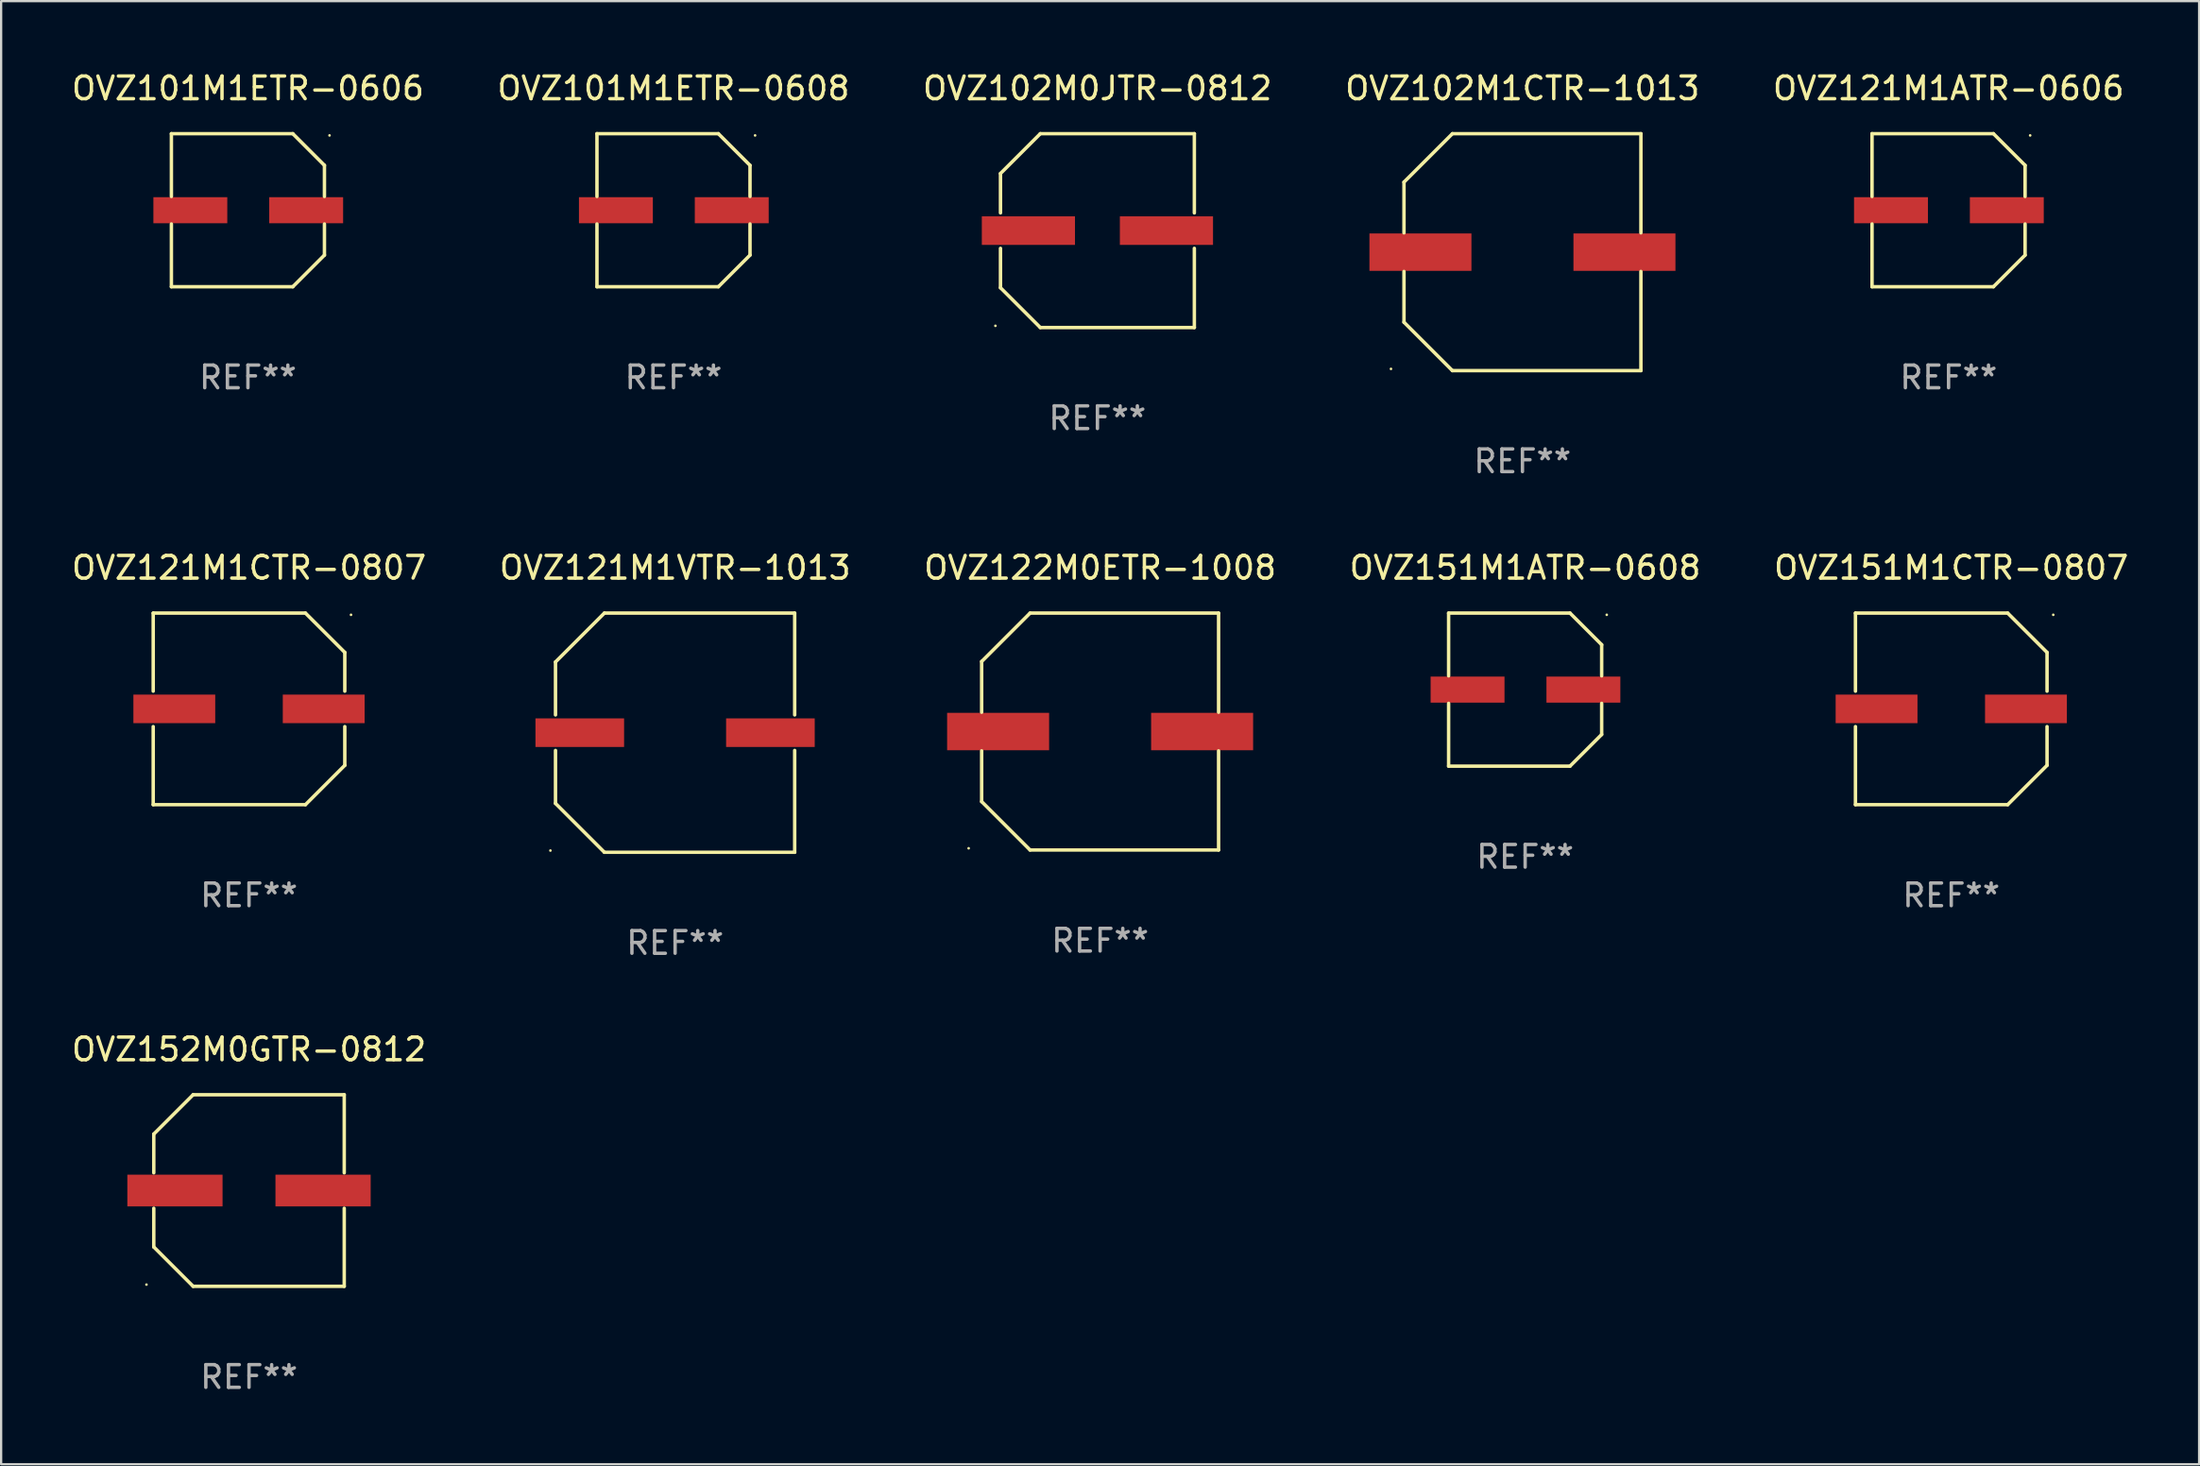
<source format=kicad_pcb>
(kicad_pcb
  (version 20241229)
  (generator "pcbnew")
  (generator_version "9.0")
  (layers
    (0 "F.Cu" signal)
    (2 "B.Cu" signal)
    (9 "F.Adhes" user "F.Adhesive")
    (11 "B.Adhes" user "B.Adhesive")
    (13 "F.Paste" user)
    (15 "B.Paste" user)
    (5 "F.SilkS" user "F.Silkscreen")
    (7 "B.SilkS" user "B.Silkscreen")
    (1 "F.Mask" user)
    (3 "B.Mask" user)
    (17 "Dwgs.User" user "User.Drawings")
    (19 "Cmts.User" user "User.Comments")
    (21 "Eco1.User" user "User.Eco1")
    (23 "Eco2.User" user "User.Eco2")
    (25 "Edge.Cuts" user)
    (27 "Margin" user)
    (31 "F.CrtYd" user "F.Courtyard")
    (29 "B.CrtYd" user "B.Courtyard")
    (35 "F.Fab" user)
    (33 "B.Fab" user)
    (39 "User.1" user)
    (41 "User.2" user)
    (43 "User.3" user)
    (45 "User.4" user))
  (footprint "OVZ122M0ETR-1008"
    (layer "F.Cu")
    (at 45.482 29.223)
    (property "Reference" "OVZ122M0ETR-1008" (at 0 -7.226 0) (layer "F.SilkS") (effects (font (size 1 1) (thickness 0.15))))
    (attr through_hole)
    (fp_line (start -5.226 -3.09) (end -5.226 -0.852) (stroke (width 0.152) (type solid)) (layer "F.SilkS"))
    (fp_line (start -5.226 3.09) (end -5.226 0.852) (stroke (width 0.152) (type solid)) (layer "F.SilkS"))
    (fp_line (start -3.09 -5.226) (end -5.226 -3.09) (stroke (width 0.152) (type solid)) (layer "F.SilkS"))
    (fp_line (start -3.09 5.226) (end -5.226 3.09) (stroke (width 0.152) (type solid)) (layer "F.SilkS"))
    (fp_line (start 5.226 -5.226) (end -3.09 -5.226) (stroke (width 0.152) (type solid)) (layer "F.SilkS"))
    (fp_line (start 5.226 -0.852) (end 5.226 -5.226) (stroke (width 0.152) (type solid)) (layer "F.SilkS"))
    (fp_line (start 5.226 0.852) (end 5.226 5.226) (stroke (width 0.152) (type solid)) (layer "F.SilkS"))
    (fp_line (start 5.226 5.226) (end -3.09 5.226) (stroke (width 0.152) (type solid)) (layer "F.SilkS"))
    (fp_circle (center -5.8 5.15) (end -5.77 5.15) (stroke (width 0.06) (type solid)) (fill no) (layer "F.SilkS"))
    (fp_text user "REF**" (at 0 9.226 0) (layer "F.Fab") (effects (font (size 1 1) (thickness 0.15))))
    (pad "1" smd rect (at -4.5 0) (size 4.5 1.65) (layers "F.Cu" "F.Mask" "F.Paste"))
    (pad "2" smd rect (at 4.5 0) (size 4.5 1.65) (layers "F.Cu" "F.Mask" "F.Paste")))
  (footprint "OVZ101M1ETR-0608"
    (layer "F.Cu")
    (at 26.661 6.224)
    (property "Reference" "OVZ101M1ETR-0608" (at 0 -5.376 0) (layer "F.SilkS") (effects (font (size 1 1) (thickness 0.15))))
    (attr through_hole)
    (fp_line (start -3.376 -3.376) (end 1.98 -3.376) (stroke (width 0.152) (type solid)) (layer "F.SilkS"))
    (fp_line (start -3.376 -0.607) (end -3.376 -3.376) (stroke (width 0.152) (type solid)) (layer "F.SilkS"))
    (fp_line (start -3.376 0.607) (end -3.376 3.376) (stroke (width 0.152) (type solid)) (layer "F.SilkS"))
    (fp_line (start -3.376 3.376) (end 1.98 3.376) (stroke (width 0.152) (type solid)) (layer "F.SilkS"))
    (fp_line (start 1.98 -3.376) (end 3.376 -1.98) (stroke (width 0.152) (type solid)) (layer "F.SilkS"))
    (fp_line (start 1.98 3.376) (end 3.376 1.98) (stroke (width 0.152) (type solid)) (layer "F.SilkS"))
    (fp_line (start 3.376 -1.98) (end 3.376 -0.607) (stroke (width 0.152) (type solid)) (layer "F.SilkS"))
    (fp_line (start 3.376 1.98) (end 3.376 0.607) (stroke (width 0.152) (type solid)) (layer "F.SilkS"))
    (fp_circle (center 3.6 -3.3) (end 3.63 -3.3) (stroke (width 0.06) (type solid)) (fill no) (layer "F.SilkS"))
    (fp_text user "REF**" (at 0 7.376 0) (layer "F.Fab") (effects (font (size 1 1) (thickness 0.15))))
    (pad "1" smd rect (at 2.57 0 180) (size 3.26 1.15) (layers "F.Cu" "F.Mask" "F.Paste"))
    (pad "2" smd rect (at -2.54 0 180) (size 3.26 1.15) (layers "F.Cu" "F.Mask" "F.Paste")))
  (footprint "OVZ151M1CTR-0807"
    (layer "F.Cu")
    (at 83.03 28.223)
    (property "Reference" "OVZ151M1CTR-0807" (at 0 -6.226 0) (layer "F.SilkS") (effects (font (size 1 1) (thickness 0.15))))
    (attr through_hole)
    (fp_line (start -4.226 -4.226) (end 2.49 -4.226) (stroke (width 0.152) (type solid)) (layer "F.SilkS"))
    (fp_line (start -4.226 -0.782) (end -4.226 -4.226) (stroke (width 0.152) (type solid)) (layer "F.SilkS"))
    (fp_line (start -4.226 0.782) (end -4.226 4.226) (stroke (width 0.152) (type solid)) (layer "F.SilkS"))
    (fp_line (start -4.226 4.226) (end 2.49 4.226) (stroke (width 0.152) (type solid)) (layer "F.SilkS"))
    (fp_line (start 2.49 -4.226) (end 4.226 -2.49) (stroke (width 0.152) (type solid)) (layer "F.SilkS"))
    (fp_line (start 2.49 4.226) (end 4.226 2.49) (stroke (width 0.152) (type solid)) (layer "F.SilkS"))
    (fp_line (start 4.226 -2.49) (end 4.226 -0.782) (stroke (width 0.152) (type solid)) (layer "F.SilkS"))
    (fp_line (start 4.226 2.49) (end 4.226 0.782) (stroke (width 0.152) (type solid)) (layer "F.SilkS"))
    (fp_circle (center 4.5 -4.15) (end 4.53 -4.15) (stroke (width 0.06) (type solid)) (fill no) (layer "F.SilkS"))
    (fp_text user "REF**" (at 0 8.226 0) (layer "F.Fab") (effects (font (size 1 1) (thickness 0.15))))
    (pad "1" smd rect (at 3.295 0 180) (size 3.61 1.26) (layers "F.Cu" "F.Mask" "F.Paste"))
    (pad "2" smd rect (at -3.295 0 180) (size 3.61 1.26) (layers "F.Cu" "F.Mask" "F.Paste")))
  (footprint "OVZ102M0JTR-0812"
    (layer "F.Cu")
    (at 45.363 7.124)
    (property "Reference" "OVZ102M0JTR-0812" (at 0 -6.276 0) (layer "F.SilkS") (effects (font (size 1 1) (thickness 0.15))))
    (attr through_hole)
    (fp_line (start -4.276 -2.52) (end -2.52 -4.276) (stroke (width 0.152) (type solid)) (layer "F.SilkS"))
    (fp_line (start -4.276 -0.782) (end -4.276 -2.52) (stroke (width 0.152) (type solid)) (layer "F.SilkS"))
    (fp_line (start -4.276 0.782) (end -4.276 2.52) (stroke (width 0.152) (type solid)) (layer "F.SilkS"))
    (fp_line (start -4.276 2.52) (end -2.52 4.276) (stroke (width 0.152) (type solid)) (layer "F.SilkS"))
    (fp_line (start -2.52 -4.276) (end 4.276 -4.276) (stroke (width 0.152) (type solid)) (layer "F.SilkS"))
    (fp_line (start -2.52 4.276) (end 4.276 4.276) (stroke (width 0.152) (type solid)) (layer "F.SilkS"))
    (fp_line (start 4.276 -4.276) (end 4.276 -0.782) (stroke (width 0.152) (type solid)) (layer "F.SilkS"))
    (fp_line (start 4.276 4.276) (end 4.276 0.782) (stroke (width 0.152) (type solid)) (layer "F.SilkS"))
    (fp_circle (center -4.5 4.2) (end -4.47 4.2) (stroke (width 0.06) (type solid)) (fill no) (layer "F.SilkS"))
    (fp_text user "REF**" (at 0 8.276 0) (layer "F.Fab") (effects (font (size 1 1) (thickness 0.15))))
    (pad "1" smd rect (at -3.045 0) (size 4.11 1.26) (layers "F.Cu" "F.Mask" "F.Paste"))
    (pad "2" smd rect (at 3.045 0) (size 4.11 1.26) (layers "F.Cu" "F.Mask" "F.Paste")))
  (footprint "OVZ102M1CTR-1013"
    (layer "F.Cu")
    (at 64.113 8.074)
    (property "Reference" "OVZ102M1CTR-1013" (at 0 -7.226 0) (layer "F.SilkS") (effects (font (size 1 1) (thickness 0.15))))
    (attr through_hole)
    (fp_line (start -5.226 -3.09) (end -5.226 -0.852) (stroke (width 0.152) (type solid)) (layer "F.SilkS"))
    (fp_line (start -5.226 3.09) (end -5.226 0.852) (stroke (width 0.152) (type solid)) (layer "F.SilkS"))
    (fp_line (start -3.09 -5.226) (end -5.226 -3.09) (stroke (width 0.152) (type solid)) (layer "F.SilkS"))
    (fp_line (start -3.09 5.226) (end -5.226 3.09) (stroke (width 0.152) (type solid)) (layer "F.SilkS"))
    (fp_line (start 5.226 -5.226) (end -3.09 -5.226) (stroke (width 0.152) (type solid)) (layer "F.SilkS"))
    (fp_line (start 5.226 -0.852) (end 5.226 -5.226) (stroke (width 0.152) (type solid)) (layer "F.SilkS"))
    (fp_line (start 5.226 0.852) (end 5.226 5.226) (stroke (width 0.152) (type solid)) (layer "F.SilkS"))
    (fp_line (start 5.226 5.226) (end -3.09 5.226) (stroke (width 0.152) (type solid)) (layer "F.SilkS"))
    (fp_circle (center -5.8 5.15) (end -5.77 5.15) (stroke (width 0.06) (type solid)) (fill no) (layer "F.SilkS"))
    (fp_text user "REF**" (at 0 9.226 0) (layer "F.Fab") (effects (font (size 1 1) (thickness 0.15))))
    (pad "1" smd rect (at -4.5 0) (size 4.5 1.65) (layers "F.Cu" "F.Mask" "F.Paste"))
    (pad "2" smd rect (at 4.5 0) (size 4.5 1.65) (layers "F.Cu" "F.Mask" "F.Paste")))
  (footprint "OVZ151M1ATR-0608"
    (layer "F.Cu")
    (at 64.232 27.373)
    (property "Reference" "OVZ151M1ATR-0608" (at 0 -5.376 0) (layer "F.SilkS") (effects (font (size 1 1) (thickness 0.15))))
    (attr through_hole)
    (fp_line (start -3.376 -3.376) (end 1.98 -3.376) (stroke (width 0.152) (type solid)) (layer "F.SilkS"))
    (fp_line (start -3.376 -0.607) (end -3.376 -3.376) (stroke (width 0.152) (type solid)) (layer "F.SilkS"))
    (fp_line (start -3.376 0.607) (end -3.376 3.376) (stroke (width 0.152) (type solid)) (layer "F.SilkS"))
    (fp_line (start -3.376 3.376) (end 1.98 3.376) (stroke (width 0.152) (type solid)) (layer "F.SilkS"))
    (fp_line (start 1.98 -3.376) (end 3.376 -1.98) (stroke (width 0.152) (type solid)) (layer "F.SilkS"))
    (fp_line (start 1.98 3.376) (end 3.376 1.98) (stroke (width 0.152) (type solid)) (layer "F.SilkS"))
    (fp_line (start 3.376 -1.98) (end 3.376 -0.607) (stroke (width 0.152) (type solid)) (layer "F.SilkS"))
    (fp_line (start 3.376 1.98) (end 3.376 0.607) (stroke (width 0.152) (type solid)) (layer "F.SilkS"))
    (fp_circle (center 3.6 -3.3) (end 3.63 -3.3) (stroke (width 0.06) (type solid)) (fill no) (layer "F.SilkS"))
    (fp_text user "REF**" (at 0 7.376 0) (layer "F.Fab") (effects (font (size 1 1) (thickness 0.15))))
    (pad "1" smd rect (at 2.57 0 180) (size 3.26 1.15) (layers "F.Cu" "F.Mask" "F.Paste"))
    (pad "2" smd rect (at -2.54 0 180) (size 3.26 1.15) (layers "F.Cu" "F.Mask" "F.Paste")))
  (footprint "OVZ121M1VTR-1013"
    (layer "F.Cu")
    (at 26.732 29.273)
    (property "Reference" "OVZ121M1VTR-1013" (at 0 -7.276 0) (layer "F.SilkS") (effects (font (size 1 1) (thickness 0.15))))
    (attr through_hole)
    (fp_line (start -5.276 -3.12) (end -3.12 -5.276) (stroke (width 0.152) (type solid)) (layer "F.SilkS"))
    (fp_line (start -5.276 -0.783) (end -5.276 -3.12) (stroke (width 0.152) (type solid)) (layer "F.SilkS"))
    (fp_line (start -5.276 0.783) (end -5.276 3.12) (stroke (width 0.152) (type solid)) (layer "F.SilkS"))
    (fp_line (start -5.276 3.12) (end -3.12 5.276) (stroke (width 0.152) (type solid)) (layer "F.SilkS"))
    (fp_line (start -3.12 -5.276) (end 5.276 -5.276) (stroke (width 0.152) (type solid)) (layer "F.SilkS"))
    (fp_line (start -3.12 5.276) (end 5.276 5.276) (stroke (width 0.152) (type solid)) (layer "F.SilkS"))
    (fp_line (start 5.276 -5.276) (end 5.276 -0.783) (stroke (width 0.152) (type solid)) (layer "F.SilkS"))
    (fp_line (start 5.276 5.276) (end 5.276 0.783) (stroke (width 0.152) (type solid)) (layer "F.SilkS"))
    (fp_circle (center -5.5 5.2) (end -5.47 5.2) (stroke (width 0.06) (type solid)) (fill no) (layer "F.SilkS"))
    (fp_text user "REF**" (at 0 9.276 0) (layer "F.Fab") (effects (font (size 1 1) (thickness 0.15))))
    (pad "1" smd rect (at -4.205 0) (size 3.91 1.261) (layers "F.Cu" "F.Mask" "F.Paste"))
    (pad "2" smd rect (at 4.205 0) (size 3.91 1.261) (layers "F.Cu" "F.Mask" "F.Paste")))
  (footprint "OVZ121M1ATR-0606"
    (layer "F.Cu")
    (at 82.911 6.224)
    (property "Reference" "OVZ121M1ATR-0606" (at 0 -5.376 0) (layer "F.SilkS") (effects (font (size 1 1) (thickness 0.15))))
    (attr through_hole)
    (fp_line (start -3.376 -3.376) (end 1.98 -3.376) (stroke (width 0.152) (type solid)) (layer "F.SilkS"))
    (fp_line (start -3.376 -0.607) (end -3.376 -3.376) (stroke (width 0.152) (type solid)) (layer "F.SilkS"))
    (fp_line (start -3.376 0.607) (end -3.376 3.376) (stroke (width 0.152) (type solid)) (layer "F.SilkS"))
    (fp_line (start -3.376 3.376) (end 1.98 3.376) (stroke (width 0.152) (type solid)) (layer "F.SilkS"))
    (fp_line (start 1.98 -3.376) (end 3.376 -1.98) (stroke (width 0.152) (type solid)) (layer "F.SilkS"))
    (fp_line (start 1.98 3.376) (end 3.376 1.98) (stroke (width 0.152) (type solid)) (layer "F.SilkS"))
    (fp_line (start 3.376 -1.98) (end 3.376 -0.607) (stroke (width 0.152) (type solid)) (layer "F.SilkS"))
    (fp_line (start 3.376 1.98) (end 3.376 0.607) (stroke (width 0.152) (type solid)) (layer "F.SilkS"))
    (fp_circle (center 3.6 -3.3) (end 3.63 -3.3) (stroke (width 0.06) (type solid)) (fill no) (layer "F.SilkS"))
    (fp_text user "REF**" (at 0 7.376 0) (layer "F.Fab") (effects (font (size 1 1) (thickness 0.15))))
    (pad "1" smd rect (at 2.57 0 180) (size 3.26 1.15) (layers "F.Cu" "F.Mask" "F.Paste"))
    (pad "2" smd rect (at -2.54 0 180) (size 3.26 1.15) (layers "F.Cu" "F.Mask" "F.Paste")))
  (footprint "OVZ101M1ETR-0606"
    (layer "F.Cu")
    (at 7.887 6.224)
    (property "Reference" "OVZ101M1ETR-0606" (at 0 -5.376 0) (layer "F.SilkS") (effects (font (size 1 1) (thickness 0.15))))
    (attr through_hole)
    (fp_line (start -3.376 -3.376) (end 1.98 -3.376) (stroke (width 0.152) (type solid)) (layer "F.SilkS"))
    (fp_line (start -3.376 -0.607) (end -3.376 -3.376) (stroke (width 0.152) (type solid)) (layer "F.SilkS"))
    (fp_line (start -3.376 0.607) (end -3.376 3.376) (stroke (width 0.152) (type solid)) (layer "F.SilkS"))
    (fp_line (start -3.376 3.376) (end 1.98 3.376) (stroke (width 0.152) (type solid)) (layer "F.SilkS"))
    (fp_line (start 1.98 -3.376) (end 3.376 -1.98) (stroke (width 0.152) (type solid)) (layer "F.SilkS"))
    (fp_line (start 1.98 3.376) (end 3.376 1.98) (stroke (width 0.152) (type solid)) (layer "F.SilkS"))
    (fp_line (start 3.376 -1.98) (end 3.376 -0.607) (stroke (width 0.152) (type solid)) (layer "F.SilkS"))
    (fp_line (start 3.376 1.98) (end 3.376 0.607) (stroke (width 0.152) (type solid)) (layer "F.SilkS"))
    (fp_circle (center 3.6 -3.3) (end 3.63 -3.3) (stroke (width 0.06) (type solid)) (fill no) (layer "F.SilkS"))
    (fp_text user "REF**" (at 0 7.376 0) (layer "F.Fab") (effects (font (size 1 1) (thickness 0.15))))
    (pad "1" smd rect (at 2.57 0 180) (size 3.26 1.15) (layers "F.Cu" "F.Mask" "F.Paste"))
    (pad "2" smd rect (at -2.54 0 180) (size 3.26 1.15) (layers "F.Cu" "F.Mask" "F.Paste")))
  (footprint "OVZ121M1CTR-0807"
    (layer "F.Cu")
    (at 7.935 28.223)
    (property "Reference" "OVZ121M1CTR-0807" (at 0 -6.226 0) (layer "F.SilkS") (effects (font (size 1 1) (thickness 0.15))))
    (attr through_hole)
    (fp_line (start -4.226 -4.226) (end 2.49 -4.226) (stroke (width 0.152) (type solid)) (layer "F.SilkS"))
    (fp_line (start -4.226 -0.782) (end -4.226 -4.226) (stroke (width 0.152) (type solid)) (layer "F.SilkS"))
    (fp_line (start -4.226 0.782) (end -4.226 4.226) (stroke (width 0.152) (type solid)) (layer "F.SilkS"))
    (fp_line (start -4.226 4.226) (end 2.49 4.226) (stroke (width 0.152) (type solid)) (layer "F.SilkS"))
    (fp_line (start 2.49 -4.226) (end 4.226 -2.49) (stroke (width 0.152) (type solid)) (layer "F.SilkS"))
    (fp_line (start 2.49 4.226) (end 4.226 2.49) (stroke (width 0.152) (type solid)) (layer "F.SilkS"))
    (fp_line (start 4.226 -2.49) (end 4.226 -0.782) (stroke (width 0.152) (type solid)) (layer "F.SilkS"))
    (fp_line (start 4.226 2.49) (end 4.226 0.782) (stroke (width 0.152) (type solid)) (layer "F.SilkS"))
    (fp_circle (center 4.5 -4.15) (end 4.53 -4.15) (stroke (width 0.06) (type solid)) (fill no) (layer "F.SilkS"))
    (fp_text user "REF**" (at 0 8.226 0) (layer "F.Fab") (effects (font (size 1 1) (thickness 0.15))))
    (pad "1" smd rect (at 3.295 0 180) (size 3.61 1.26) (layers "F.Cu" "F.Mask" "F.Paste"))
    (pad "2" smd rect (at -3.295 0 180) (size 3.61 1.26) (layers "F.Cu" "F.Mask" "F.Paste")))
  (footprint "OVZ152M0GTR-0812"
    (layer "F.Cu")
    (at 7.935 49.472)
    (property "Reference" "OVZ152M0GTR-0812" (at 0 -6.226 0) (layer "F.SilkS") (effects (font (size 1 1) (thickness 0.15))))
    (attr through_hole)
    (fp_line (start -4.201 -2.49) (end -4.201 -0.782) (stroke (width 0.152) (type solid)) (layer "F.SilkS"))
    (fp_line (start -4.201 2.49) (end -4.201 0.782) (stroke (width 0.152) (type solid)) (layer "F.SilkS"))
    (fp_line (start -2.465 -4.226) (end -4.201 -2.49) (stroke (width 0.152) (type solid)) (layer "F.SilkS"))
    (fp_line (start -2.465 4.226) (end -4.201 2.49) (stroke (width 0.152) (type solid)) (layer "F.SilkS"))
    (fp_line (start 4.201 -4.226) (end -2.465 -4.226) (stroke (width 0.152) (type solid)) (layer "F.SilkS"))
    (fp_line (start 4.201 -0.782) (end 4.201 -4.226) (stroke (width 0.152) (type solid)) (layer "F.SilkS"))
    (fp_line (start 4.201 0.782) (end 4.201 4.226) (stroke (width 0.152) (type solid)) (layer "F.SilkS"))
    (fp_line (start 4.201 4.226) (end -2.465 4.226) (stroke (width 0.152) (type solid)) (layer "F.SilkS"))
    (fp_circle (center -4.524 4.15) (end -4.494 4.15) (stroke (width 0.06) (type solid)) (fill no) (layer "F.SilkS"))
    (fp_text user "REF**" (at 0 8.226 0) (layer "F.Fab") (effects (font (size 1 1) (thickness 0.15))))
    (pad "1" smd rect (at -3.267 0) (size 4.2 1.4) (layers "F.Cu" "F.Mask" "F.Paste"))
    (pad "2" smd rect (at 3.267 0) (size 4.2 1.4) (layers "F.Cu" "F.Mask" "F.Paste")))
  (gr_rect
    (start -3 -3)
    (end 93.964 61.547)
    (stroke (width 0.1) (type default))
    (fill no)
    (layer "Edge.Cuts")))
</source>
